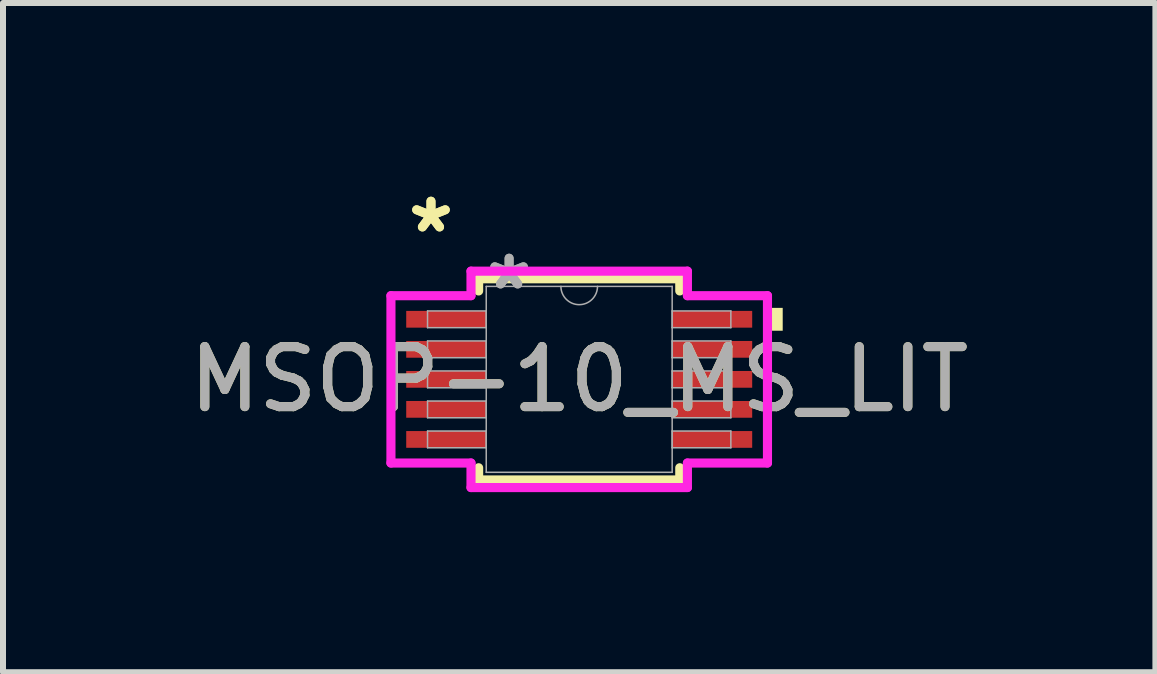
<source format=kicad_pcb>
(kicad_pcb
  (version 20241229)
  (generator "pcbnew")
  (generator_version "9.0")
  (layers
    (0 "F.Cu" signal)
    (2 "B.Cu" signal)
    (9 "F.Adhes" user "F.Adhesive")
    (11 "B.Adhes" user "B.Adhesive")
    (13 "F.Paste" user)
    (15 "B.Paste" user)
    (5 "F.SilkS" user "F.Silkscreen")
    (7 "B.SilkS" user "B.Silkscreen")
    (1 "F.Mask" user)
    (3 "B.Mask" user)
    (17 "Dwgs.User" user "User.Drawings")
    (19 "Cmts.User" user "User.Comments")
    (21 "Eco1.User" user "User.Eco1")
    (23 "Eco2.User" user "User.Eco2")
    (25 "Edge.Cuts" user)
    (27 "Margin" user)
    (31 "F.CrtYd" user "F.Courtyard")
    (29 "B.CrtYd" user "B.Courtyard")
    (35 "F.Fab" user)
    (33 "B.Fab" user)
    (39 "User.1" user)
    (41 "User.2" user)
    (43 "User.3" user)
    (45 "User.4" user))
  (footprint "MSOP-10_MS_LIT"
    (layer "F.Cu")
    (at 6.601 3.271)
    (property "Reference" "MSOP-10_MS_LIT" (at 0 0 0) (unlocked yes) (layer "F.SilkS") (effects (font (size 1 1) (thickness 0.15))))
    (attr smd)
    (fp_line (start -1.676 -1.676) (end -1.676 -1.473) (stroke (width 0.152) (type solid)) (layer "F.SilkS"))
    (fp_line (start -1.676 1.473) (end -1.676 1.676) (stroke (width 0.152) (type solid)) (layer "F.SilkS"))
    (fp_line (start -1.676 1.676) (end 1.676 1.676) (stroke (width 0.152) (type solid)) (layer "F.SilkS"))
    (fp_line (start 1.676 -1.676) (end -1.676 -1.676) (stroke (width 0.152) (type solid)) (layer "F.SilkS"))
    (fp_line (start 1.676 -1.473) (end 1.676 -1.676) (stroke (width 0.152) (type solid)) (layer "F.SilkS"))
    (fp_line (start 1.676 1.676) (end 1.676 1.473) (stroke (width 0.152) (type solid)) (layer "F.SilkS"))
    (fp_poly (pts (xy 3.391 -1.191) (xy 3.391 -0.81) (xy 3.137 -0.81) (xy 3.137 -1.191)) (stroke (width 0) (type solid)) (fill yes) (layer "F.SilkS"))
    (fp_line (start -3.137 -1.394) (end -1.803 -1.394) (stroke (width 0.152) (type solid)) (layer "F.CrtYd"))
    (fp_line (start -3.137 1.394) (end -3.137 -1.394) (stroke (width 0.152) (type solid)) (layer "F.CrtYd"))
    (fp_line (start -3.137 1.394) (end -1.803 1.394) (stroke (width 0.152) (type solid)) (layer "F.CrtYd"))
    (fp_line (start -1.803 -1.803) (end 1.803 -1.803) (stroke (width 0.152) (type solid)) (layer "F.CrtYd"))
    (fp_line (start -1.803 -1.394) (end -1.803 -1.803) (stroke (width 0.152) (type solid)) (layer "F.CrtYd"))
    (fp_line (start -1.803 1.803) (end -1.803 1.394) (stroke (width 0.152) (type solid)) (layer "F.CrtYd"))
    (fp_line (start 1.803 -1.803) (end 1.803 -1.394) (stroke (width 0.152) (type solid)) (layer "F.CrtYd"))
    (fp_line (start 1.803 1.394) (end 1.803 1.803) (stroke (width 0.152) (type solid)) (layer "F.CrtYd"))
    (fp_line (start 1.803 1.803) (end -1.803 1.803) (stroke (width 0.152) (type solid)) (layer "F.CrtYd"))
    (fp_line (start 3.137 -1.394) (end 1.803 -1.394) (stroke (width 0.152) (type solid)) (layer "F.CrtYd"))
    (fp_line (start 3.137 -1.394) (end 3.137 1.394) (stroke (width 0.152) (type solid)) (layer "F.CrtYd"))
    (fp_line (start 3.137 1.394) (end 1.803 1.394) (stroke (width 0.152) (type solid)) (layer "F.CrtYd"))
    (fp_line (start -2.527 -1.14) (end -2.527 -0.861) (stroke (width 0.025) (type solid)) (layer "F.Fab"))
    (fp_line (start -2.527 -0.861) (end -1.549 -0.861) (stroke (width 0.025) (type solid)) (layer "F.Fab"))
    (fp_line (start -2.527 -0.64) (end -2.527 -0.361) (stroke (width 0.025) (type solid)) (layer "F.Fab"))
    (fp_line (start -2.527 -0.361) (end -1.549 -0.361) (stroke (width 0.025) (type solid)) (layer "F.Fab"))
    (fp_line (start -2.527 -0.14) (end -2.527 0.14) (stroke (width 0.025) (type solid)) (layer "F.Fab"))
    (fp_line (start -2.527 0.14) (end -1.549 0.14) (stroke (width 0.025) (type solid)) (layer "F.Fab"))
    (fp_line (start -2.527 0.361) (end -2.527 0.64) (stroke (width 0.025) (type solid)) (layer "F.Fab"))
    (fp_line (start -2.527 0.64) (end -1.549 0.64) (stroke (width 0.025) (type solid)) (layer "F.Fab"))
    (fp_line (start -2.527 0.861) (end -2.527 1.14) (stroke (width 0.025) (type solid)) (layer "F.Fab"))
    (fp_line (start -2.527 1.14) (end -1.549 1.14) (stroke (width 0.025) (type solid)) (layer "F.Fab"))
    (fp_line (start -1.549 -1.549) (end -1.549 1.549) (stroke (width 0.025) (type solid)) (layer "F.Fab"))
    (fp_line (start -1.549 -1.14) (end -2.527 -1.14) (stroke (width 0.025) (type solid)) (layer "F.Fab"))
    (fp_line (start -1.549 -0.861) (end -1.549 -1.14) (stroke (width 0.025) (type solid)) (layer "F.Fab"))
    (fp_line (start -1.549 -0.64) (end -2.527 -0.64) (stroke (width 0.025) (type solid)) (layer "F.Fab"))
    (fp_line (start -1.549 -0.361) (end -1.549 -0.64) (stroke (width 0.025) (type solid)) (layer "F.Fab"))
    (fp_line (start -1.549 -0.14) (end -2.527 -0.14) (stroke (width 0.025) (type solid)) (layer "F.Fab"))
    (fp_line (start -1.549 0.14) (end -1.549 -0.14) (stroke (width 0.025) (type solid)) (layer "F.Fab"))
    (fp_line (start -1.549 0.361) (end -2.527 0.361) (stroke (width 0.025) (type solid)) (layer "F.Fab"))
    (fp_line (start -1.549 0.64) (end -1.549 0.361) (stroke (width 0.025) (type solid)) (layer "F.Fab"))
    (fp_line (start -1.549 0.861) (end -2.527 0.861) (stroke (width 0.025) (type solid)) (layer "F.Fab"))
    (fp_line (start -1.549 1.14) (end -1.549 0.861) (stroke (width 0.025) (type solid)) (layer "F.Fab"))
    (fp_line (start -1.549 1.549) (end 1.549 1.549) (stroke (width 0.025) (type solid)) (layer "F.Fab"))
    (fp_line (start 1.549 -1.549) (end -1.549 -1.549) (stroke (width 0.025) (type solid)) (layer "F.Fab"))
    (fp_line (start 1.549 -1.14) (end 1.549 -0.861) (stroke (width 0.025) (type solid)) (layer "F.Fab"))
    (fp_line (start 1.549 -0.861) (end 2.527 -0.861) (stroke (width 0.025) (type solid)) (layer "F.Fab"))
    (fp_line (start 1.549 -0.64) (end 1.549 -0.361) (stroke (width 0.025) (type solid)) (layer "F.Fab"))
    (fp_line (start 1.549 -0.361) (end 2.527 -0.361) (stroke (width 0.025) (type solid)) (layer "F.Fab"))
    (fp_line (start 1.549 -0.14) (end 1.549 0.14) (stroke (width 0.025) (type solid)) (layer "F.Fab"))
    (fp_line (start 1.549 0.14) (end 2.527 0.14) (stroke (width 0.025) (type solid)) (layer "F.Fab"))
    (fp_line (start 1.549 0.361) (end 1.549 0.64) (stroke (width 0.025) (type solid)) (layer "F.Fab"))
    (fp_line (start 1.549 0.64) (end 2.527 0.64) (stroke (width 0.025) (type solid)) (layer "F.Fab"))
    (fp_line (start 1.549 0.861) (end 1.549 1.14) (stroke (width 0.025) (type solid)) (layer "F.Fab"))
    (fp_line (start 1.549 1.14) (end 2.527 1.14) (stroke (width 0.025) (type solid)) (layer "F.Fab"))
    (fp_line (start 1.549 1.549) (end 1.549 -1.549) (stroke (width 0.025) (type solid)) (layer "F.Fab"))
    (fp_line (start 2.527 -1.14) (end 1.549 -1.14) (stroke (width 0.025) (type solid)) (layer "F.Fab"))
    (fp_line (start 2.527 -0.861) (end 2.527 -1.14) (stroke (width 0.025) (type solid)) (layer "F.Fab"))
    (fp_line (start 2.527 -0.64) (end 1.549 -0.64) (stroke (width 0.025) (type solid)) (layer "F.Fab"))
    (fp_line (start 2.527 -0.361) (end 2.527 -0.64) (stroke (width 0.025) (type solid)) (layer "F.Fab"))
    (fp_line (start 2.527 -0.14) (end 1.549 -0.14) (stroke (width 0.025) (type solid)) (layer "F.Fab"))
    (fp_line (start 2.527 0.14) (end 2.527 -0.14) (stroke (width 0.025) (type solid)) (layer "F.Fab"))
    (fp_line (start 2.527 0.361) (end 1.549 0.361) (stroke (width 0.025) (type solid)) (layer "F.Fab"))
    (fp_line (start 2.527 0.64) (end 2.527 0.361) (stroke (width 0.025) (type solid)) (layer "F.Fab"))
    (fp_line (start 2.527 0.861) (end 1.549 0.861) (stroke (width 0.025) (type solid)) (layer "F.Fab"))
    (fp_line (start 2.527 1.14) (end 2.527 0.861) (stroke (width 0.025) (type solid)) (layer "F.Fab"))
    (fp_arc (start 0.3048 -1.5494) (mid 0 -1.2446) (end -0.3048 -1.5494) (stroke (width 0.0254) (type solid)) (layer "F.Fab"))
    (fp_text user "*" (at -2.47 -2.423 0) (unlocked yes) (layer "F.SilkS") (effects (font (size 1 1) (thickness 0.15))))
    (fp_text user "*" (at -2.47 -2.423 0) (layer "F.SilkS") (effects (font (size 1 1) (thickness 0.15))))
    (fp_text user "*" (at -1.168 -1.473 0) (layer "F.Fab") (effects (font (size 1 1) (thickness 0.15))))
    (fp_text user "*" (at -1.168 -1.473 0) (unlocked yes) (layer "F.Fab") (effects (font (size 1 1) (thickness 0.15))))
    (fp_text user "${REFERENCE}" (at 0 0 0) (unlocked yes) (layer "F.Fab") (effects (font (size 1 1) (thickness 0.15))))
    (pad "1" smd rect (at -2.216 -1.001) (size 1.333 0.279) (layers "F.Cu" "F.Mask" "F.Paste"))
    (pad "2" smd rect (at -2.216 -0.5) (size 1.333 0.279) (layers "F.Cu" "F.Mask" "F.Paste"))
    (pad "3" smd rect (at -2.216 0) (size 1.333 0.279) (layers "F.Cu" "F.Mask" "F.Paste"))
    (pad "4" smd rect (at -2.216 0.5) (size 1.333 0.279) (layers "F.Cu" "F.Mask" "F.Paste"))
    (pad "5" smd rect (at -2.216 1.001) (size 1.333 0.279) (layers "F.Cu" "F.Mask" "F.Paste"))
    (pad "6" smd rect (at 2.216 1.001) (size 1.333 0.279) (layers "F.Cu" "F.Mask" "F.Paste"))
    (pad "7" smd rect (at 2.216 0.5) (size 1.333 0.279) (layers "F.Cu" "F.Mask" "F.Paste"))
    (pad "8" smd rect (at 2.216 0) (size 1.333 0.279) (layers "F.Cu" "F.Mask" "F.Paste"))
    (pad "9" smd rect (at 2.216 -0.5) (size 1.333 0.279) (layers "F.Cu" "F.Mask" "F.Paste"))
    (pad "10" smd rect (at 2.216 -1.001) (size 1.333 0.279) (layers "F.Cu" "F.Mask" "F.Paste")))
  (gr_rect
    (start -3 -3)
    (end 16.202 8.151)
    (stroke (width 0.1) (type default))
    (fill no)
    (layer "Edge.Cuts")))
</source>
